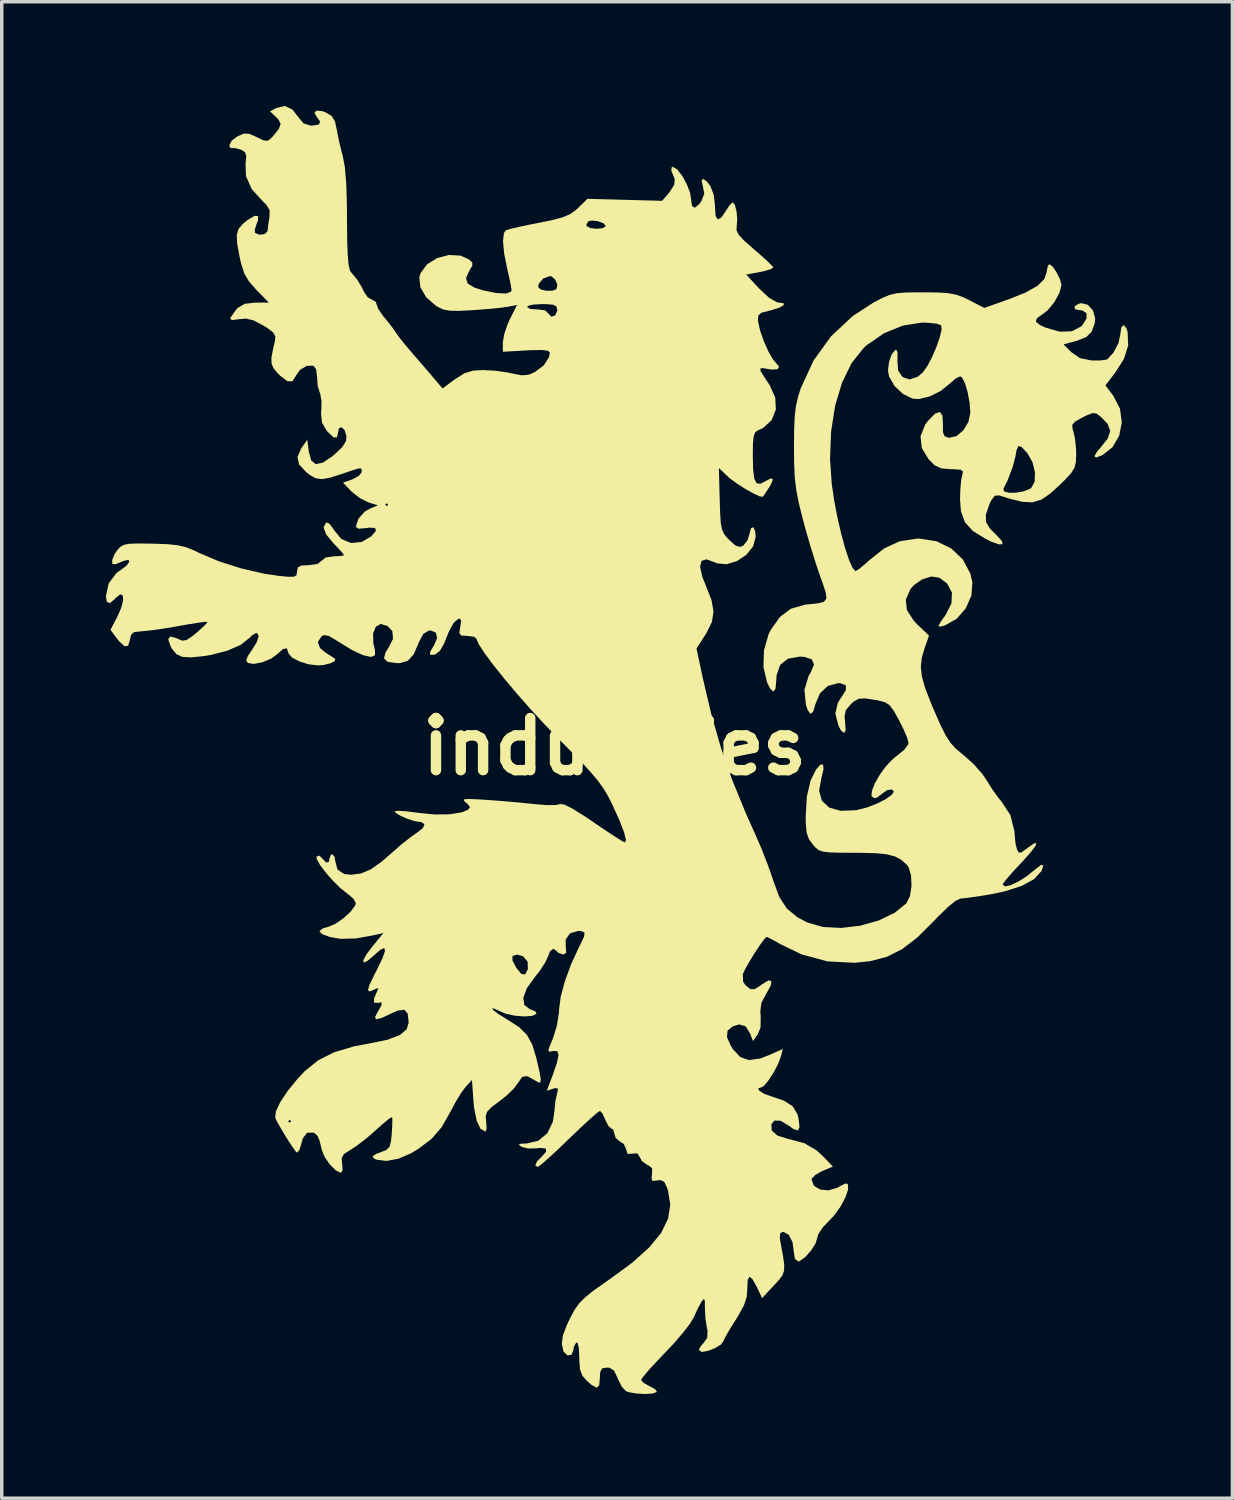
<source format=kicad_pcb>
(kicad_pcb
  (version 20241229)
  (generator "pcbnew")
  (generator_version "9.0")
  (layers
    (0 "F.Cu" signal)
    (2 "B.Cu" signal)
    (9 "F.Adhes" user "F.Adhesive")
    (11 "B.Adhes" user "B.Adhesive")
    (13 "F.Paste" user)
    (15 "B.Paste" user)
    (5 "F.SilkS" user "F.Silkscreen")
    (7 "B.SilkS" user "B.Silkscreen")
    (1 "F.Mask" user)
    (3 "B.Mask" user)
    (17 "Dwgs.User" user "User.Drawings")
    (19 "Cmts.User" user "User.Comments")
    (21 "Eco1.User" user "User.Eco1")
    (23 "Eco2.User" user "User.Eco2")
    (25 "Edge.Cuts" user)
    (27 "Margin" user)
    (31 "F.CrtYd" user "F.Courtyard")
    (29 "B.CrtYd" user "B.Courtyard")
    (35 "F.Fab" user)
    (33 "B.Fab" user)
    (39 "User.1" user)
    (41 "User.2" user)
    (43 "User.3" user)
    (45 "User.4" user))
  (footprint "industries"
    (layer "F.Cu")
    (at 14.647 18.449)
    (property "Reference" "industries" (at 0 0 0) (layer "F.SilkS") (effects (font (size 1.5 1.5) (thickness 0.3))))
    (attr board_only exclude_from_pos_files exclude_from_bom)
    (fp_poly (pts (xy -9.276 -18.344) (xy -9.115 -18.137) (xy -8.955 -17.945) (xy -8.75 -17.883) (xy -8.716 -17.882) (xy -8.517 -17.91) (xy -8.477 -17.996) (xy -8.561 -18.112) (xy -8.642 -18.245) (xy -8.587 -18.313) (xy -8.422 -18.3) (xy -8.327 -18.266) (xy -8.148 -18.161) (xy -8.052 -18.004) (xy -8.003 -17.784) (xy -7.941 -17.467) (xy -7.856 -17.112) (xy -7.825 -16.996) (xy -7.767 -16.69) (xy -7.728 -16.239) (xy -7.708 -15.635) (xy -7.705 -15.185) (xy -7.7 -14.598) (xy -7.685 -14.167) (xy -7.659 -13.876) (xy -7.621 -13.711) (xy -7.599 -13.674) (xy -7.406 -13.44) (xy -7.277 -13.226) (xy -7.219 -13.104) (xy -7.107 -12.937) (xy -6.987 -12.87) (xy -6.873 -12.804) (xy -6.858 -12.745) (xy -6.806 -12.608) (xy -6.675 -12.412) (xy -6.617 -12.342) (xy -6.448 -12.135) (xy -6.322 -11.961) (xy -6.3 -11.925) (xy -6.207 -11.794) (xy -6.038 -11.581) (xy -5.828 -11.334) (xy -5.825 -11.33) (xy -5.583 -11.051) (xy -5.348 -10.778) (xy -5.19 -10.593) (xy -4.953 -10.313) (xy -4.595 -10.578) (xy -4.325 -10.75) (xy -4.07 -10.827) (xy -3.789 -10.843) (xy -3.434 -10.823) (xy -3.071 -10.771) (xy -2.95 -10.745) (xy -2.678 -10.692) (xy -2.481 -10.706) (xy -2.299 -10.782) (xy -2.037 -10.978) (xy -1.886 -11.217) (xy -1.863 -11.346) (xy -1.917 -11.398) (xy -2.095 -11.42) (xy -2.414 -11.415) (xy -2.54 -11.408) (xy -3.217 -11.369) (xy -3.217 -11.638) (xy -3.179 -11.872) (xy -3.08 -12.164) (xy -3.013 -12.312) (xy -2.838 -12.658) (xy -2.519 -12.658) (xy -2.43 -12.604) (xy -2.242 -12.59) (xy -2.23 -12.59) (xy -1.999 -12.563) (xy -1.913 -12.477) (xy -1.821 -12.381) (xy -1.714 -12.413) (xy -1.652 -12.55) (xy -1.651 -12.58) (xy -1.674 -12.676) (xy -1.771 -12.725) (xy -1.982 -12.742) (xy -2.096 -12.742) (xy -2.348 -12.728) (xy -2.496 -12.69) (xy -2.519 -12.658) (xy -2.838 -12.658) (xy -2.808 -12.717) (xy -3.076 -12.665) (xy -3.283 -12.636) (xy -3.602 -12.604) (xy -3.974 -12.575) (xy -4.106 -12.566) (xy -4.486 -12.547) (xy -4.744 -12.552) (xy -4.926 -12.585) (xy -5.077 -12.653) (xy -5.139 -12.691) (xy -5.424 -12.937) (xy -5.591 -13.225) (xy -5.622 -13.515) (xy -5.591 -13.627) (xy -5.401 -13.886) (xy -5.109 -14.068) (xy -4.768 -14.157) (xy -4.431 -14.138) (xy -4.196 -14.031) (xy -4.097 -13.942) (xy -4.097 -13.848) (xy -4.19 -13.691) (xy -4.277 -13.489) (xy -4.229 -13.336) (xy -4.033 -13.216) (xy -3.77 -13.134) (xy -3.394 -13.059) (xy -3.125 -13.047) (xy -2.983 -13.098) (xy -2.966 -13.146) (xy -2.98 -13.235) (xy -2.201 -13.235) (xy -2.13 -13.165) (xy -1.967 -13.126) (xy -1.788 -13.127) (xy -1.674 -13.172) (xy -1.646 -13.299) (xy -1.71 -13.451) (xy -1.824 -13.545) (xy -1.856 -13.549) (xy -2.051 -13.483) (xy -2.182 -13.327) (xy -2.201 -13.235) (xy -2.98 -13.235) (xy -2.987 -13.281) (xy -3.037 -13.523) (xy -3.092 -13.762) (xy -3.18 -14.204) (xy -3.212 -14.553) (xy -3.187 -14.785) (xy -3.135 -14.865) (xy -3.022 -14.901) (xy -2.781 -14.959) (xy -2.487 -15.022) (xy -0.812 -15.022) (xy -0.801 -14.988) (xy -0.695 -14.931) (xy -0.519 -14.911) (xy -0.349 -14.927) (xy -0.257 -14.979) (xy -0.254 -14.992) (xy -0.326 -15.073) (xy -0.489 -15.132) (xy -0.668 -15.148) (xy -0.759 -15.123) (xy -0.812 -15.022) (xy -2.487 -15.022) (xy -2.451 -15.029) (xy -2.187 -15.081) (xy -1.774 -15.166) (xy -1.486 -15.244) (xy -1.284 -15.331) (xy -1.126 -15.442) (xy -1.051 -15.51) (xy -0.78 -15.774) (xy 0.295 -15.745) (xy 1.369 -15.716) (xy 1.579 -15.96) (xy 1.718 -16.178) (xy 1.733 -16.342) (xy 1.658 -16.526) (xy 1.634 -16.586) (xy 1.646 -16.682) (xy 1.681 -16.693) (xy 1.803 -16.62) (xy 1.946 -16.438) (xy 2.079 -16.197) (xy 2.174 -15.95) (xy 2.201 -15.781) (xy 2.23 -15.568) (xy 2.313 -15.516) (xy 2.442 -15.626) (xy 2.498 -15.704) (xy 2.584 -15.92) (xy 2.544 -16.129) (xy 2.506 -16.303) (xy 2.555 -16.348) (xy 2.666 -16.264) (xy 2.76 -16.139) (xy 2.855 -15.893) (xy 2.893 -15.577) (xy 2.892 -15.544) (xy 2.91 -15.28) (xy 2.973 -15.178) (xy 3.079 -15.239) (xy 3.2 -15.418) (xy 3.312 -15.589) (xy 3.395 -15.671) (xy 3.401 -15.673) (xy 3.464 -15.599) (xy 3.511 -15.419) (xy 3.533 -15.196) (xy 3.519 -14.995) (xy 3.517 -14.983) (xy 3.513 -14.865) (xy 3.575 -14.739) (xy 3.726 -14.575) (xy 3.989 -14.343) (xy 4.02 -14.316) (xy 4.271 -14.099) (xy 4.462 -13.921) (xy 4.563 -13.812) (xy 4.572 -13.795) (xy 4.497 -13.747) (xy 4.306 -13.691) (xy 4.182 -13.665) (xy 3.792 -13.592) (xy 4.167 -13.188) (xy 4.452 -12.921) (xy 4.679 -12.794) (xy 4.743 -12.785) (xy 4.874 -12.763) (xy 4.866 -12.708) (xy 4.738 -12.636) (xy 4.513 -12.566) (xy 4.444 -12.55) (xy 4.229 -12.493) (xy 4.139 -12.415) (xy 4.131 -12.27) (xy 4.135 -12.229) (xy 4.193 -11.974) (xy 4.3 -11.669) (xy 4.431 -11.375) (xy 4.56 -11.152) (xy 4.624 -11.078) (xy 4.737 -10.943) (xy 4.698 -10.865) (xy 4.517 -10.857) (xy 4.437 -10.87) (xy 4.273 -10.898) (xy 4.196 -10.888) (xy 4.208 -10.811) (xy 4.311 -10.642) (xy 4.463 -10.416) (xy 4.626 -10.056) (xy 4.645 -9.707) (xy 4.525 -9.403) (xy 4.277 -9.174) (xy 4.127 -9.105) (xy 4.051 -9.052) (xy 4.006 -8.934) (xy 3.985 -8.717) (xy 3.981 -8.391) (xy 3.99 -7.977) (xy 4.024 -7.714) (xy 4.09 -7.584) (xy 4.197 -7.568) (xy 4.35 -7.646) (xy 4.511 -7.728) (xy 4.559 -7.688) (xy 4.494 -7.53) (xy 4.317 -7.259) (xy 4.27 -7.194) (xy 4.183 -7.204) (xy 4.001 -7.288) (xy 3.769 -7.418) (xy 3.529 -7.571) (xy 3.326 -7.72) (xy 3.259 -7.779) (xy 3.004 -8.022) (xy 3.028 -7.112) (xy 3.041 -6.706) (xy 3.06 -6.432) (xy 3.094 -6.249) (xy 3.154 -6.121) (xy 3.247 -6.007) (xy 3.305 -5.947) (xy 3.484 -5.79) (xy 3.611 -5.749) (xy 3.705 -5.786) (xy 3.827 -5.937) (xy 3.879 -6.104) (xy 3.929 -6.287) (xy 3.995 -6.317) (xy 4.049 -6.205) (xy 4.064 -6.039) (xy 3.989 -5.764) (xy 3.794 -5.522) (xy 3.524 -5.341) (xy 3.226 -5.251) (xy 2.945 -5.278) (xy 2.889 -5.304) (xy 2.646 -5.392) (xy 2.503 -5.348) (xy 2.463 -5.178) (xy 2.527 -4.889) (xy 2.627 -4.64) (xy 2.791 -4.222) (xy 2.849 -3.889) (xy 2.804 -3.592) (xy 2.653 -3.283) (xy 2.625 -3.238) (xy 2.36 -2.822) (xy 2.541 -1.974) (xy 2.784 -0.938) (xy 3.058 0.016) (xy 3.383 0.949) (xy 3.78 1.919) (xy 4.053 2.529) (xy 4.233 2.944) (xy 4.407 3.388) (xy 4.546 3.782) (xy 4.576 3.877) (xy 4.746 4.334) (xy 4.963 4.665) (xy 5.264 4.914) (xy 5.546 5.064) (xy 5.997 5.194) (xy 6.523 5.222) (xy 7.076 5.157) (xy 7.608 5.007) (xy 8.072 4.782) (xy 8.403 4.513) (xy 8.506 4.304) (xy 8.551 4.015) (xy 8.538 3.714) (xy 8.467 3.472) (xy 8.418 3.404) (xy 8.254 3.26) (xy 8.074 3.163) (xy 7.842 3.102) (xy 7.524 3.07) (xy 7.083 3.059) (xy 6.915 3.058) (xy 6.489 3.057) (xy 6.198 3.048) (xy 6.007 3.026) (xy 5.883 2.983) (xy 5.791 2.912) (xy 5.708 2.82) (xy 5.593 2.658) (xy 5.53 2.473) (xy 5.506 2.208) (xy 5.503 2.012) (xy 5.538 1.434) (xy 5.645 0.98) (xy 5.8 0.666) (xy 5.927 0.518) (xy 6.004 0.518) (xy 6.018 0.648) (xy 5.959 0.892) (xy 5.954 0.909) (xy 5.891 1.275) (xy 5.97 1.561) (xy 6.181 1.756) (xy 6.512 1.849) (xy 6.953 1.832) (xy 6.968 1.829) (xy 7.257 1.757) (xy 7.553 1.644) (xy 7.812 1.512) (xy 7.989 1.383) (xy 8.042 1.295) (xy 7.985 1.234) (xy 7.855 1.253) (xy 7.72 1.342) (xy 7.705 1.359) (xy 7.557 1.467) (xy 7.477 1.487) (xy 7.398 1.427) (xy 7.411 1.272) (xy 7.498 1.053) (xy 7.641 0.804) (xy 7.822 0.558) (xy 8.023 0.348) (xy 8.143 0.255) (xy 8.338 0.095) (xy 8.452 -0.057) (xy 8.464 -0.107) (xy 8.425 -0.255) (xy 8.323 -0.496) (xy 8.189 -0.765) (xy 8.038 -1.036) (xy 7.917 -1.195) (xy 7.779 -1.281) (xy 7.576 -1.332) (xy 7.469 -1.35) (xy 7.198 -1.388) (xy 7.028 -1.376) (xy 6.894 -1.301) (xy 6.806 -1.223) (xy 6.661 -1.052) (xy 6.622 -0.869) (xy 6.64 -0.701) (xy 6.654 -0.472) (xy 6.609 -0.39) (xy 6.521 -0.464) (xy 6.448 -0.599) (xy 6.358 -0.948) (xy 6.428 -1.259) (xy 6.519 -1.402) (xy 6.661 -1.626) (xy 6.661 -1.763) (xy 6.517 -1.822) (xy 6.435 -1.826) (xy 6.145 -1.748) (xy 5.916 -1.536) (xy 5.786 -1.227) (xy 5.718 -1.001) (xy 5.641 -0.943) (xy 5.56 -1.055) (xy 5.51 -1.203) (xy 5.467 -1.634) (xy 5.589 -2.035) (xy 5.653 -2.144) (xy 5.742 -2.365) (xy 5.679 -2.513) (xy 5.466 -2.584) (xy 5.337 -2.591) (xy 4.993 -2.531) (xy 4.769 -2.352) (xy 4.665 -2.053) (xy 4.657 -1.911) (xy 4.635 -1.666) (xy 4.574 -1.584) (xy 4.481 -1.669) (xy 4.392 -1.848) (xy 4.287 -2.29) (xy 4.303 -2.776) (xy 4.435 -3.236) (xy 4.491 -3.35) (xy 4.759 -3.731) (xy 5.072 -3.967) (xy 5.466 -4.083) (xy 5.557 -4.094) (xy 5.853 -4.124) (xy 6.03 -4.169) (xy 6.101 -4.261) (xy 6.083 -4.432) (xy 5.989 -4.715) (xy 5.921 -4.902) (xy 5.789 -5.293) (xy 5.639 -5.776) (xy 5.494 -6.277) (xy 5.416 -6.568) (xy 5.305 -7.015) (xy 5.233 -7.387) (xy 5.19 -7.745) (xy 5.171 -8.153) (xy 5.166 -8.649) (xy 5.172 -9.147) (xy 5.189 -9.519) (xy 5.224 -9.812) (xy 5.282 -10.068) (xy 5.363 -10.321) (xy 5.73 -11.116) (xy 6.231 -11.812) (xy 6.857 -12.397) (xy 7.454 -12.785) (xy 7.709 -12.919) (xy 7.914 -13.005) (xy 8.12 -13.054) (xy 8.378 -13.076) (xy 8.738 -13.081) (xy 8.89 -13.081) (xy 9.309 -13.076) (xy 9.607 -13.057) (xy 9.833 -13.015) (xy 10.036 -12.942) (xy 10.213 -12.856) (xy 10.648 -12.632) (xy 11.356 -12.884) (xy 11.847 -13.08) (xy 12.182 -13.27) (xy 12.377 -13.465) (xy 12.446 -13.673) (xy 12.446 -13.692) (xy 12.476 -13.844) (xy 12.528 -13.889) (xy 12.618 -13.82) (xy 12.729 -13.656) (xy 12.825 -13.461) (xy 12.869 -13.299) (xy 12.869 -13.29) (xy 12.811 -13.064) (xy 12.665 -12.799) (xy 12.476 -12.568) (xy 12.351 -12.468) (xy 12.164 -12.337) (xy 12.13 -12.236) (xy 12.253 -12.138) (xy 12.414 -12.064) (xy 12.824 -11.948) (xy 13.174 -11.961) (xy 13.439 -12.101) (xy 13.461 -12.124) (xy 13.591 -12.325) (xy 13.59 -12.482) (xy 13.463 -12.562) (xy 13.394 -12.566) (xy 13.256 -12.597) (xy 13.248 -12.675) (xy 13.359 -12.749) (xy 13.439 -12.769) (xy 13.629 -12.722) (xy 13.775 -12.559) (xy 13.841 -12.332) (xy 13.829 -12.196) (xy 13.739 -11.948) (xy 13.583 -11.793) (xy 13.313 -11.686) (xy 13.27 -11.675) (xy 12.929 -11.582) (xy 13.149 -11.361) (xy 13.404 -11.186) (xy 13.737 -11.119) (xy 13.983 -11.118) (xy 14.158 -11.142) (xy 14.191 -11.155) (xy 14.371 -11.35) (xy 14.511 -11.623) (xy 14.563 -11.864) (xy 14.592 -12.072) (xy 14.659 -12.139) (xy 14.737 -12.056) (xy 14.774 -11.936) (xy 14.791 -11.55) (xy 14.665 -11.158) (xy 14.426 -10.782) (xy 14.136 -10.4) (xy 14.37 -10.091) (xy 14.555 -9.727) (xy 14.606 -9.333) (xy 14.531 -8.95) (xy 14.338 -8.62) (xy 14.049 -8.393) (xy 13.868 -8.324) (xy 13.816 -8.36) (xy 13.895 -8.495) (xy 13.988 -8.602) (xy 14.203 -8.873) (xy 14.273 -9.092) (xy 14.198 -9.295) (xy 13.999 -9.499) (xy 13.878 -9.589) (xy 13.769 -9.606) (xy 13.61 -9.546) (xy 13.472 -9.477) (xy 13.264 -9.36) (xy 13.18 -9.265) (xy 13.189 -9.145) (xy 13.21 -9.084) (xy 13.259 -8.869) (xy 13.289 -8.575) (xy 13.293 -8.431) (xy 13.285 -8.2) (xy 13.245 -8.031) (xy 13.147 -7.873) (xy 12.963 -7.675) (xy 12.832 -7.547) (xy 12.536 -7.277) (xy 12.287 -7.109) (xy 12.039 -7.035) (xy 11.75 -7.047) (xy 11.376 -7.138) (xy 11.07 -7.234) (xy 10.949 -7.224) (xy 10.842 -7.083) (xy 10.795 -6.979) (xy 10.693 -6.683) (xy 10.695 -6.47) (xy 10.813 -6.274) (xy 10.981 -6.107) (xy 11.149 -5.926) (xy 11.176 -5.83) (xy 11.071 -5.822) (xy 10.842 -5.905) (xy 10.686 -5.981) (xy 10.316 -6.21) (xy 10.087 -6.463) (xy 9.974 -6.78) (xy 9.948 -7.121) (xy 9.958 -7.419) (xy 11.197 -7.419) (xy 11.22 -7.345) (xy 11.358 -7.31) (xy 11.56 -7.312) (xy 11.777 -7.35) (xy 11.958 -7.42) (xy 12.001 -7.45) (xy 12.097 -7.629) (xy 12.107 -7.892) (xy 12.038 -8.18) (xy 11.896 -8.436) (xy 11.885 -8.45) (xy 11.723 -8.626) (xy 11.63 -8.657) (xy 11.575 -8.533) (xy 11.543 -8.354) (xy 11.46 -8.036) (xy 11.315 -7.661) (xy 11.197 -7.419) (xy 9.958 -7.419) (xy 9.958 -7.43) (xy 9.984 -7.69) (xy 10.011 -7.815) (xy 10.032 -7.919) (xy 9.971 -7.97) (xy 9.791 -7.986) (xy 9.684 -7.988) (xy 9.412 -8.01) (xy 9.221 -8.099) (xy 9.05 -8.265) (xy 8.847 -8.596) (xy 8.811 -8.936) (xy 8.944 -9.272) (xy 9.025 -9.38) (xy 9.229 -9.586) (xy 9.368 -9.636) (xy 9.443 -9.529) (xy 9.456 -9.281) (xy 9.458 -9.05) (xy 9.504 -8.937) (xy 9.618 -8.895) (xy 9.63 -8.893) (xy 9.845 -8.939) (xy 10.045 -9.108) (xy 10.191 -9.353) (xy 10.245 -9.617) (xy 10.223 -9.906) (xy 10.168 -10.202) (xy 10.092 -10.457) (xy 10.008 -10.623) (xy 9.953 -10.661) (xy 9.828 -10.604) (xy 9.668 -10.466) (xy 9.662 -10.46) (xy 9.392 -10.241) (xy 9.071 -10.082) (xy 8.76 -10.008) (xy 8.588 -10.018) (xy 8.303 -10.155) (xy 8.06 -10.386) (xy 7.905 -10.658) (xy 7.874 -10.83) (xy 7.904 -11.08) (xy 7.98 -11.294) (xy 8.078 -11.416) (xy 8.114 -11.426) (xy 8.148 -11.352) (xy 8.148 -11.17) (xy 8.144 -11.127) (xy 8.167 -10.828) (xy 8.296 -10.638) (xy 8.495 -10.573) (xy 8.73 -10.65) (xy 8.875 -10.773) (xy 9.007 -10.958) (xy 9.145 -11.22) (xy 9.271 -11.514) (xy 9.368 -11.794) (xy 9.418 -12.016) (xy 9.404 -12.133) (xy 9.281 -12.177) (xy 9.048 -12.204) (xy 8.855 -12.209) (xy 8.307 -12.126) (xy 7.759 -11.902) (xy 7.259 -11.557) (xy 7.171 -11.477) (xy 6.827 -11.045) (xy 6.552 -10.483) (xy 6.352 -9.816) (xy 6.235 -9.071) (xy 6.205 -8.275) (xy 6.255 -7.56) (xy 6.325 -7.086) (xy 6.417 -6.602) (xy 6.524 -6.138) (xy 6.637 -5.722) (xy 6.748 -5.384) (xy 6.85 -5.152) (xy 6.934 -5.056) (xy 6.942 -5.055) (xy 7.034 -5.108) (xy 7.201 -5.246) (xy 7.321 -5.355) (xy 7.764 -5.707) (xy 8.209 -5.912) (xy 8.697 -5.987) (xy 8.781 -5.989) (xy 9.269 -5.914) (xy 9.694 -5.707) (xy 10.029 -5.389) (xy 10.245 -4.984) (xy 10.304 -4.732) (xy 10.276 -4.349) (xy 10.114 -3.982) (xy 9.85 -3.679) (xy 9.515 -3.49) (xy 9.504 -3.487) (xy 9.367 -3.452) (xy 9.328 -3.478) (xy 9.389 -3.591) (xy 9.525 -3.78) (xy 9.7 -4.119) (xy 9.717 -4.43) (xy 9.577 -4.695) (xy 9.354 -4.863) (xy 9.128 -4.898) (xy 8.863 -4.818) (xy 8.618 -4.648) (xy 8.52 -4.535) (xy 8.387 -4.233) (xy 8.418 -3.933) (xy 8.614 -3.626) (xy 8.719 -3.517) (xy 9.056 -3.196) (xy 8.93 -2.84) (xy 8.848 -2.558) (xy 8.819 -2.297) (xy 8.85 -2.017) (xy 8.946 -1.68) (xy 9.113 -1.248) (xy 9.209 -1.023) (xy 9.39 -0.612) (xy 9.536 -0.322) (xy 9.671 -0.112) (xy 9.82 0.053) (xy 10.009 0.214) (xy 10.057 0.251) (xy 10.335 0.499) (xy 10.587 0.783) (xy 10.72 0.977) (xy 10.889 1.25) (xy 11.068 1.494) (xy 11.134 1.572) (xy 11.398 1.971) (xy 11.516 2.443) (xy 11.521 2.533) (xy 11.544 2.776) (xy 11.587 2.957) (xy 11.638 3.052) (xy 11.714 3.047) (xy 11.866 2.939) (xy 11.882 2.926) (xy 12.07 2.793) (xy 12.149 2.774) (xy 12.122 2.856) (xy 11.996 3.029) (xy 11.774 3.281) (xy 11.691 3.369) (xy 11.46 3.617) (xy 11.283 3.82) (xy 11.186 3.948) (xy 11.176 3.971) (xy 11.237 4.027) (xy 11.396 3.995) (xy 11.619 3.892) (xy 11.871 3.733) (xy 12.115 3.536) (xy 12.129 3.524) (xy 12.285 3.405) (xy 12.347 3.418) (xy 12.303 3.559) (xy 12.286 3.593) (xy 12.078 3.819) (xy 11.717 4.015) (xy 11.22 4.173) (xy 10.863 4.248) (xy 10.512 4.306) (xy 10.208 4.35) (xy 10.004 4.373) (xy 9.966 4.375) (xy 9.825 4.439) (xy 9.599 4.621) (xy 9.309 4.903) (xy 9.184 5.035) (xy 8.714 5.501) (xy 8.28 5.834) (xy 7.844 6.053) (xy 7.366 6.179) (xy 6.91 6.226) (xy 6.134 6.186) (xy 5.384 5.983) (xy 4.769 5.685) (xy 4.555 5.565) (xy 4.41 5.491) (xy 4.378 5.479) (xy 4.31 5.546) (xy 4.186 5.716) (xy 4.035 5.946) (xy 3.883 6.192) (xy 3.759 6.41) (xy 3.692 6.556) (xy 3.703 6.775) (xy 3.771 6.872) (xy 3.908 6.983) (xy 4.033 6.986) (xy 4.207 6.877) (xy 4.258 6.837) (xy 4.435 6.731) (xy 4.516 6.753) (xy 4.496 6.887) (xy 4.367 7.118) (xy 4.366 7.119) (xy 4.228 7.38) (xy 4.197 7.637) (xy 4.208 7.758) (xy 4.204 8.095) (xy 4.12 8.289) (xy 3.986 8.481) (xy 3.903 8.263) (xy 3.772 8.053) (xy 3.585 8.001) (xy 3.408 8.054) (xy 3.254 8.18) (xy 3.237 8.367) (xy 3.357 8.633) (xy 3.411 8.716) (xy 3.619 8.94) (xy 3.869 9.027) (xy 4.189 8.983) (xy 4.451 8.883) (xy 4.844 8.709) (xy 4.789 8.928) (xy 4.711 9.137) (xy 4.584 9.379) (xy 4.439 9.604) (xy 4.308 9.764) (xy 4.232 9.812) (xy 4.135 9.84) (xy 4.167 9.91) (xy 4.301 9.995) (xy 4.508 10.07) (xy 4.889 10.2) (xy 5.131 10.361) (xy 5.264 10.579) (xy 5.298 10.707) (xy 5.326 10.955) (xy 5.281 11.054) (xy 5.152 11.013) (xy 5.031 10.926) (xy 4.78 10.774) (xy 4.603 10.769) (xy 4.518 10.875) (xy 4.525 11.055) (xy 4.686 11.199) (xy 4.985 11.295) (xy 5.021 11.302) (xy 5.465 11.42) (xy 5.822 11.631) (xy 6.043 11.837) (xy 6.286 12.094) (xy 5.98 12.223) (xy 5.784 12.332) (xy 5.678 12.442) (xy 5.673 12.466) (xy 5.743 12.649) (xy 5.923 12.756) (xy 6.164 12.778) (xy 6.418 12.703) (xy 6.495 12.657) (xy 6.642 12.583) (xy 6.717 12.593) (xy 6.727 12.748) (xy 6.647 12.984) (xy 6.503 13.253) (xy 6.317 13.509) (xy 6.185 13.646) (xy 5.992 13.85) (xy 5.867 14.04) (xy 5.842 14.128) (xy 5.788 14.307) (xy 5.654 14.518) (xy 5.486 14.706) (xy 5.329 14.815) (xy 5.284 14.824) (xy 5.191 14.747) (xy 5.165 14.563) (xy 5.124 14.268) (xy 5.016 14.058) (xy 4.863 13.974) (xy 4.856 13.974) (xy 4.769 14.011) (xy 4.758 14.149) (xy 4.774 14.25) (xy 4.846 14.642) (xy 4.885 14.908) (xy 4.883 15.088) (xy 4.835 15.225) (xy 4.735 15.358) (xy 4.59 15.515) (xy 4.249 15.882) (xy 4.098 15.565) (xy 3.97 15.333) (xy 3.882 15.265) (xy 3.834 15.363) (xy 3.823 15.612) (xy 3.805 15.851) (xy 3.726 16.09) (xy 3.565 16.385) (xy 3.482 16.517) (xy 3.314 16.785) (xy 3.191 17) (xy 3.134 17.12) (xy 3.133 17.128) (xy 3.061 17.221) (xy 2.892 17.322) (xy 2.69 17.402) (xy 2.523 17.43) (xy 2.488 17.423) (xy 2.425 17.366) (xy 2.484 17.262) (xy 2.547 17.195) (xy 2.67 17.023) (xy 2.677 16.824) (xy 2.661 16.748) (xy 2.617 16.473) (xy 2.601 16.171) (xy 2.601 16.154) (xy 2.6 15.955) (xy 2.573 15.904) (xy 2.509 15.977) (xy 2.505 15.984) (xy 2.402 16.17) (xy 2.292 16.412) (xy 2.284 16.433) (xy 2.178 16.61) (xy 1.98 16.869) (xy 1.72 17.172) (xy 1.465 17.444) (xy 1.19 17.731) (xy 0.966 17.977) (xy 0.816 18.156) (xy 0.762 18.239) (xy 0.832 18.321) (xy 1.002 18.416) (xy 1.017 18.423) (xy 1.174 18.51) (xy 1.219 18.582) (xy 1.215 18.588) (xy 1.085 18.631) (xy 0.859 18.643) (xy 0.604 18.627) (xy 0.391 18.586) (xy 0.324 18.558) (xy 0.203 18.425) (xy 0.095 18.209) (xy 0.084 18.179) (xy -0.013 17.97) (xy -0.145 17.888) (xy -0.218 17.882) (xy -0.357 17.905) (xy -0.414 18.009) (xy -0.423 18.179) (xy -0.442 18.394) (xy -0.512 18.462) (xy -0.653 18.389) (xy -0.792 18.268) (xy -0.926 18.117) (xy -0.993 17.944) (xy -1.015 17.684) (xy -1.016 17.584) (xy -1.029 17.307) (xy -1.067 17.168) (xy -1.101 17.16) (xy -1.172 17.28) (xy -1.185 17.377) (xy -1.239 17.512) (xy -1.355 17.532) (xy -1.463 17.43) (xy -1.473 17.408) (xy -1.519 17.197) (xy -1.489 16.961) (xy -1.375 16.655) (xy -1.271 16.441) (xy -1.151 16.218) (xy -1.023 16.037) (xy -0.855 15.866) (xy -0.619 15.675) (xy -0.281 15.435) (xy -0.128 15.33) (xy 0.517 14.856) (xy 1.006 14.415) (xy 1.345 13.998) (xy 1.542 13.593) (xy 1.604 13.19) (xy 1.537 12.777) (xy 1.516 12.713) (xy 1.43 12.532) (xy 1.319 12.481) (xy 1.23 12.495) (xy 1.094 12.509) (xy 1.064 12.426) (xy 1.08 12.319) (xy 1.081 12.141) (xy 0.975 12.057) (xy 0.95 12.05) (xy 0.789 11.939) (xy 0.733 11.835) (xy 0.656 11.713) (xy 0.514 11.721) (xy 0.377 11.732) (xy 0.339 11.62) (xy 0.339 11.607) (xy 0.267 11.444) (xy 0.169 11.383) (xy 0.032 11.271) (xy -0.000001 11.165) (xy -0.038 11.03) (xy -0.089 11.001) (xy -0.176 10.929) (xy -0.263 10.756) (xy -0.267 10.746) (xy -0.346 10.57) (xy -0.418 10.492) (xy -0.421 10.491) (xy -0.502 10.547) (xy -0.68 10.701) (xy -0.93 10.931) (xy -1.229 11.215) (xy -1.315 11.298) (xy -1.622 11.593) (xy -1.889 11.84) (xy -2.091 12.016) (xy -2.203 12.101) (xy -2.214 12.105) (xy -2.284 12.059) (xy -2.229 11.941) (xy -2.117 11.828) (xy -1.971 11.668) (xy -1.98 11.575) (xy -2.141 11.556) (xy -2.234 11.568) (xy -2.479 11.575) (xy -2.674 11.526) (xy -2.679 11.523) (xy -2.758 11.463) (xy -2.706 11.436) (xy -2.525 11.428) (xy -2.193 11.349) (xy -1.936 11.133) (xy -1.776 10.803) (xy -1.731 10.491) (xy -1.706 10.223) (xy -1.657 9.995) (xy -1.657 9.994) (xy -1.627 9.853) (xy -1.695 9.831) (xy -1.772 9.852) (xy -1.951 9.909) (xy -1.78 9.457) (xy -1.658 9.102) (xy -1.613 8.88) (xy -1.648 8.773) (xy -1.76 8.763) (xy -1.779 8.768) (xy -1.876 8.787) (xy -1.906 8.754) (xy -1.871 8.633) (xy -1.774 8.402) (xy -1.663 8.046) (xy -1.601 7.666) (xy -1.597 7.563) (xy -1.552 7.21) (xy -1.432 6.762) (xy -1.252 6.269) (xy -1.027 5.778) (xy -0.983 5.692) (xy -0.876 5.468) (xy -0.866 5.354) (xy -0.959 5.313) (xy -1.048 5.309) (xy -1.283 5.377) (xy -1.408 5.557) (xy -1.405 5.775) (xy -1.392 5.941) (xy -1.475 5.989) (xy -1.62 5.938) (xy -1.651 5.904) (xy -1.758 5.821) (xy -1.859 5.895) (xy -1.914 6.039) (xy -2 6.224) (xy -2.161 6.468) (xy -2.297 6.639) (xy -2.525 6.958) (xy -2.627 7.23) (xy -2.601 7.437) (xy -2.444 7.559) (xy -2.414 7.568) (xy -2.273 7.632) (xy -2.249 7.697) (xy -2.37 7.754) (xy -2.595 7.771) (xy -2.866 7.75) (xy -3.123 7.695) (xy -3.251 7.643) (xy -3.453 7.549) (xy -3.528 7.537) (xy -3.486 7.594) (xy -3.338 7.705) (xy -3.096 7.855) (xy -3.092 7.857) (xy -2.751 8.077) (xy -2.524 8.3) (xy -2.37 8.581) (xy -2.252 8.973) (xy -2.24 9.021) (xy -2.16 9.371) (xy -2.125 9.58) (xy -2.139 9.672) (xy -2.203 9.668) (xy -2.305 9.604) (xy -2.518 9.489) (xy -2.663 9.513) (xy -2.777 9.681) (xy -2.778 9.683) (xy -2.897 9.844) (xy -3.108 10.048) (xy -3.308 10.207) (xy -3.546 10.386) (xy -3.67 10.516) (xy -3.711 10.641) (xy -3.697 10.803) (xy -3.684 10.992) (xy -3.713 11.084) (xy -3.72 11.086) (xy -3.861 11.005) (xy -3.971 10.771) (xy -4.045 10.403) (xy -4.064 10.204) (xy -4.106 9.602) (xy -4.289 9.799) (xy -4.421 9.979) (xy -4.586 10.25) (xy -4.729 10.521) (xy -4.979 10.959) (xy -5.267 11.294) (xy -5.645 11.581) (xy -5.857 11.709) (xy -6.221 11.867) (xy -6.571 11.932) (xy -6.858 11.895) (xy -6.932 11.859) (xy -6.967 11.795) (xy -6.856 11.725) (xy -6.749 11.687) (xy -6.573 11.616) (xy -6.479 11.522) (xy -6.435 11.349) (xy -6.416 11.146) (xy -6.401 10.89) (xy -6.4 10.714) (xy -6.407 10.669) (xy -6.477 10.705) (xy -6.636 10.832) (xy -6.852 11.024) (xy -6.882 11.052) (xy -7.152 11.286) (xy -7.419 11.492) (xy -7.613 11.619) (xy -7.797 11.737) (xy -7.86 11.86) (xy -7.844 12.022) (xy -7.832 12.206) (xy -7.88 12.275) (xy -8.024 12.207) (xy -8.195 12.039) (xy -8.345 11.824) (xy -8.428 11.624) (xy -8.492 11.359) (xy -8.55 11.214) (xy -8.625 11.141) (xy -8.682 11.115) (xy -8.856 11.12) (xy -8.977 11.281) (xy -9.016 11.422) (xy -9.075 11.618) (xy -9.142 11.691) (xy -9.172 11.674) (xy -9.301 11.49) (xy -9.46 11.243) (xy -9.613 10.987) (xy -9.724 10.789) (xy -9.398 10.789) (xy -9.356 10.831) (xy -9.313 10.789) (xy -9.356 10.746) (xy -9.398 10.789) (xy -9.724 10.789) (xy -9.73 10.778) (xy -9.772 10.685) (xy -9.753 10.505) (xy -9.628 10.239) (xy -9.416 9.92) (xy -9.135 9.575) (xy -8.921 9.346) (xy -8.541 9.038) (xy -8.079 8.804) (xy -7.504 8.632) (xy -7.036 8.544) (xy -6.531 8.44) (xy -6.184 8.307) (xy -5.986 8.139) (xy -5.928 7.946) (xy -5.957 7.689) (xy -6.053 7.578) (xy -6.239 7.6) (xy -6.42 7.68) (xy -6.708 7.815) (xy -6.865 7.851) (xy -6.898 7.79) (xy -6.825 7.648) (xy -6.711 7.448) (xy -6.708 7.363) (xy -6.816 7.379) (xy -6.924 7.376) (xy -6.926 7.254) (xy -6.852 7.081) (xy -6.8 6.963) (xy -6.857 6.965) (xy -6.936 7.005) (xy -7.058 7.053) (xy -7.1 7.014) (xy -7.06 6.869) (xy -6.934 6.604) (xy -6.858 6.456) (xy -6.713 6.157) (xy -2.942 6.157) (xy -2.827 6.374) (xy -2.684 6.547) (xy -2.578 6.56) (xy -2.497 6.412) (xy -2.496 6.41) (xy -2.503 6.194) (xy -2.636 6.036) (xy -2.804 5.989) (xy -2.938 6.029) (xy -2.942 6.157) (xy -6.713 6.157) (xy -6.687 6.104) (xy -6.611 5.885) (xy -6.631 5.801) (xy -6.746 5.853) (xy -6.899 5.988) (xy -7.11 6.169) (xy -7.224 6.221) (xy -7.236 6.154) (xy -7.143 5.982) (xy -6.981 5.766) (xy -6.656 5.368) (xy -6.905 5.426) (xy -7.448 5.525) (xy -7.888 5.536) (xy -8.195 5.484) (xy -8.43 5.398) (xy -8.498 5.313) (xy -8.398 5.234) (xy -8.232 5.186) (xy -8.028 5.098) (xy -7.802 4.939) (xy -7.6 4.753) (xy -7.472 4.58) (xy -7.451 4.506) (xy -7.516 4.386) (xy -7.675 4.247) (xy -7.693 4.235) (xy -7.893 4.077) (xy -8.111 3.862) (xy -8.318 3.626) (xy -8.484 3.405) (xy -8.577 3.235) (xy -8.582 3.166) (xy -8.497 3.141) (xy -8.423 3.215) (xy -8.298 3.341) (xy -8.225 3.316) (xy -8.213 3.228) (xy -8.167 3.115) (xy -8.128 3.101) (xy -8.062 3.173) (xy -8.043 3.296) (xy -7.98 3.538) (xy -7.789 3.668) (xy -7.582 3.691) (xy -7.298 3.653) (xy -7.018 3.534) (xy -6.704 3.312) (xy -6.421 3.065) (xy -6.151 2.828) (xy -5.886 2.617) (xy -5.694 2.483) (xy -5.516 2.343) (xy -5.475 2.231) (xy -5.575 2.17) (xy -5.638 2.166) (xy -5.794 2.138) (xy -5.994 2.068) (xy -6.184 1.981) (xy -6.309 1.902) (xy -6.327 1.86) (xy -6.226 1.849) (xy -6.003 1.863) (xy -5.705 1.901) (xy -5.665 1.907) (xy -5.18 1.955) (xy -4.741 1.949) (xy -4.392 1.891) (xy -4.227 1.822) (xy -4.161 1.749) (xy -4.229 1.655) (xy -4.276 1.616) (xy -4.342 1.555) (xy -4.332 1.52) (xy -4.22 1.509) (xy -3.983 1.516) (xy -3.683 1.535) (xy -3.236 1.568) (xy -2.757 1.61) (xy -2.339 1.652) (xy -2.288 1.658) (xy -1.95 1.685) (xy -1.695 1.684) (xy -1.564 1.655) (xy -1.563 1.654) (xy -1.452 1.667) (xy -1.22 1.782) (xy -0.879 1.993) (xy -0.618 2.17) (xy -0.285 2.397) (xy -0.002 2.583) (xy 0.201 2.711) (xy 0.296 2.761) (xy 0.297 2.761) (xy 0.329 2.689) (xy 0.277 2.477) (xy 0.144 2.131) (xy -0.06 1.68) (xy -0.18 1.439) (xy -0.309 1.221) (xy -0.465 1.001) (xy -0.67 0.755) (xy -0.942 0.459) (xy -1.304 0.087) (xy -1.618 -0.23) (xy -2.021 -0.646) (xy -2.427 -1.087) (xy -2.819 -1.532) (xy -3.18 -1.962) (xy -3.494 -2.354) (xy -3.743 -2.689) (xy -3.91 -2.946) (xy -3.979 -3.103) (xy -3.979 -3.114) (xy -4.053 -3.164) (xy -4.231 -3.186) (xy -4.24 -3.186) (xy -4.417 -3.199) (xy -4.47 -3.273) (xy -4.443 -3.451) (xy -4.419 -3.632) (xy -4.463 -3.685) (xy -4.5 -3.677) (xy -4.629 -3.568) (xy -4.771 -3.313) (xy -4.912 -2.96) (xy -5.025 -2.763) (xy -5.164 -2.652) (xy -5.172 -2.649) (xy -5.305 -2.639) (xy -5.316 -2.719) (xy -5.207 -2.904) (xy -5.199 -2.916) (xy -5.11 -3.125) (xy -5.145 -3.281) (xy -5.29 -3.344) (xy -5.347 -3.34) (xy -5.507 -3.246) (xy -5.636 -3.004) (xy -5.646 -2.973) (xy -5.787 -2.651) (xy -5.953 -2.471) (xy -6.176 -2.404) (xy -6.272 -2.403) (xy -6.533 -2.44) (xy -6.639 -2.54) (xy -6.595 -2.712) (xy -6.52 -2.827) (xy -6.38 -3.101) (xy -6.399 -3.326) (xy -6.541 -3.473) (xy -6.734 -3.531) (xy -6.876 -3.45) (xy -6.952 -3.258) (xy -6.947 -2.98) (xy -6.899 -2.782) (xy -6.898 -2.63) (xy -7.015 -2.581) (xy -7.238 -2.631) (xy -7.552 -2.776) (xy -7.943 -3.014) (xy -8.011 -3.059) (xy -8.23 -3.188) (xy -8.371 -3.21) (xy -8.437 -3.175) (xy -8.544 -3.011) (xy -8.483 -2.84) (xy -8.319 -2.704) (xy -8.146 -2.594) (xy -8.048 -2.528) (xy -8.046 -2.527) (xy -8.052 -2.466) (xy -8.176 -2.401) (xy -8.368 -2.352) (xy -8.533 -2.337) (xy -8.811 -2.37) (xy -9.081 -2.454) (xy -9.292 -2.568) (xy -9.395 -2.691) (xy -9.398 -2.714) (xy -9.439 -2.832) (xy -9.553 -2.805) (xy -9.694 -2.676) (xy -9.886 -2.535) (xy -10.14 -2.429) (xy -10.389 -2.381) (xy -10.555 -2.407) (xy -10.608 -2.478) (xy -10.561 -2.607) (xy -10.457 -2.76) (xy -10.303 -3.007) (xy -10.246 -3.185) (xy -10.294 -3.268) (xy -10.319 -3.271) (xy -10.428 -3.212) (xy -10.504 -3.137) (xy -10.757 -2.935) (xy -11.142 -2.764) (xy -11.62 -2.639) (xy -11.818 -2.607) (xy -12.195 -2.568) (xy -12.449 -2.583) (xy -12.619 -2.663) (xy -12.746 -2.819) (xy -12.781 -2.882) (xy -12.853 -3.082) (xy -12.802 -3.168) (xy -12.636 -3.132) (xy -12.58 -3.104) (xy -12.446 -3.05) (xy -12.324 -3.069) (xy -12.161 -3.178) (xy -12.036 -3.28) (xy -11.851 -3.445) (xy -11.739 -3.56) (xy -11.723 -3.593) (xy -11.812 -3.59) (xy -12.029 -3.56) (xy -12.338 -3.51) (xy -12.542 -3.473) (xy -12.927 -3.407) (xy -13.283 -3.355) (xy -13.554 -3.325) (xy -13.631 -3.32) (xy -13.835 -3.297) (xy -13.926 -3.214) (xy -13.955 -3.074) (xy -14.007 -2.904) (xy -14.109 -2.889) (xy -14.266 -3.032) (xy -14.344 -3.131) (xy -14.516 -3.363) (xy -14.328 -3.72) (xy -14.205 -3.998) (xy -14.15 -4.217) (xy -14.161 -4.354) (xy -14.233 -4.384) (xy -14.363 -4.282) (xy -14.393 -4.247) (xy -14.534 -4.13) (xy -14.623 -4.173) (xy -14.647 -4.328) (xy -14.569 -4.7) (xy -14.345 -4.996) (xy -14.217 -5.088) (xy -14.053 -5.211) (xy -13.975 -5.319) (xy -13.995 -5.376) (xy -14.118 -5.353) (xy -14.303 -5.278) (xy -14.372 -5.25) (xy -14.462 -5.26) (xy -14.468 -5.372) (xy -14.397 -5.543) (xy -14.316 -5.661) (xy -14.231 -5.752) (xy -14.131 -5.81) (xy -13.978 -5.84) (xy -13.735 -5.849) (xy -13.365 -5.845) (xy -13.304 -5.844) (xy -12.89 -5.83) (xy -12.59 -5.8) (xy -12.351 -5.745) (xy -12.119 -5.653) (xy -11.964 -5.578) (xy -11.408 -5.341) (xy -10.761 -5.134) (xy -10.102 -4.98) (xy -9.67 -4.916) (xy -9.383 -4.889) (xy -9.225 -4.894) (xy -9.158 -4.937) (xy -9.144 -5.03) (xy -9.144 -5.042) (xy -9.118 -5.162) (xy -9.011 -5.214) (xy -8.814 -5.224) (xy -8.552 -5.259) (xy -8.436 -5.352) (xy -8.314 -5.448) (xy -8.088 -5.479) (xy -7.891 -5.488) (xy -7.792 -5.509) (xy -7.789 -5.513) (xy -7.844 -5.588) (xy -7.983 -5.739) (xy -8.086 -5.845) (xy -8.304 -6.108) (xy -8.38 -6.313) (xy -8.308 -6.449) (xy -8.301 -6.454) (xy -8.213 -6.421) (xy -8.103 -6.276) (xy -8.085 -6.243) (xy -7.87 -5.981) (xy -7.59 -5.862) (xy -7.282 -5.891) (xy -7.006 -6.055) (xy -6.873 -6.209) (xy -6.894 -6.294) (xy -7.065 -6.306) (xy -7.154 -6.292) (xy -7.375 -6.274) (xy -7.451 -6.33) (xy -7.451 -6.33) (xy -7.377 -6.562) (xy -7.191 -6.769) (xy -7.043 -6.855) (xy -6.816 -6.948) (xy -6.874 -6.966) (xy -6.604 -6.966) (xy -6.562 -6.923) (xy -6.519 -6.966) (xy -6.562 -7.008) (xy -6.604 -6.966) (xy -6.874 -6.966) (xy -7.085 -7.031) (xy -7.328 -7.151) (xy -7.564 -7.335) (xy -7.587 -7.358) (xy -7.819 -7.601) (xy -7.55 -7.695) (xy -7.368 -7.791) (xy -7.282 -7.899) (xy -7.281 -7.909) (xy -7.283 -7.982) (xy -7.31 -8.014) (xy -7.399 -8.002) (xy -7.584 -7.943) (xy -7.832 -7.858) (xy -8.183 -7.746) (xy -8.427 -7.701) (xy -8.61 -7.728) (xy -8.782 -7.826) (xy -8.884 -7.908) (xy -9.085 -8.127) (xy -9.131 -8.337) (xy -9.028 -8.578) (xy -8.996 -8.625) (xy -8.848 -8.835) (xy -8.805 -8.495) (xy -8.736 -8.24) (xy -8.604 -8.134) (xy -8.402 -8.175) (xy -8.122 -8.363) (xy -8.058 -8.417) (xy -7.835 -8.632) (xy -7.733 -8.802) (xy -7.721 -8.945) (xy -7.776 -9.117) (xy -7.862 -9.197) (xy -7.936 -9.166) (xy -7.959 -9.054) (xy -7.994 -8.904) (xy -8.096 -8.907) (xy -8.26 -9.062) (xy -8.299 -9.111) (xy -8.426 -9.333) (xy -8.453 -9.591) (xy -8.444 -9.694) (xy -8.439 -9.955) (xy -8.476 -10.164) (xy -8.491 -10.199) (xy -8.549 -10.391) (xy -8.567 -10.638) (xy -8.567 -10.638) (xy -8.593 -10.864) (xy -8.674 -10.969) (xy -8.864 -10.963) (xy -9.058 -10.849) (xy -9.184 -10.668) (xy -9.186 -10.661) (xy -9.278 -10.517) (xy -9.422 -10.523) (xy -9.628 -10.679) (xy -9.689 -10.74) (xy -9.813 -10.884) (xy -9.876 -11.018) (xy -9.882 -11.19) (xy -9.835 -11.447) (xy -9.779 -11.681) (xy -9.768 -11.817) (xy -9.834 -11.93) (xy -10.008 -12.06) (xy -10.12 -12.129) (xy -10.395 -12.273) (xy -10.612 -12.325) (xy -10.815 -12.308) (xy -11.008 -12.283) (xy -11.069 -12.312) (xy -11.048 -12.37) (xy -10.862 -12.626) (xy -10.644 -12.752) (xy -10.341 -12.785) (xy -9.955 -12.785) (xy -10.316 -13.154) (xy -10.527 -13.393) (xy -10.662 -13.623) (xy -10.756 -13.916) (xy -10.799 -14.108) (xy -10.867 -14.479) (xy -10.88 -14.732) (xy -10.827 -14.91) (xy -10.699 -15.058) (xy -10.576 -15.156) (xy -10.368 -15.283) (xy -10.264 -15.28) (xy -10.268 -15.151) (xy -10.31 -15.045) (xy -10.362 -14.876) (xy -10.352 -14.79) (xy -10.22 -14.738) (xy -10.071 -14.761) (xy -9.992 -14.844) (xy -9.991 -14.856) (xy -9.975 -15.02) (xy -9.939 -15.23) (xy -9.93 -15.439) (xy -10.027 -15.604) (xy -10.114 -15.686) (xy -10.447 -16.052) (xy -10.614 -16.426) (xy -10.626 -16.775) (xy -10.605 -17.002) (xy -10.643 -17.121) (xy -10.76 -17.19) (xy -10.77 -17.194) (xy -10.943 -17.237) (xy -11.028 -17.23) (xy -11.083 -17.263) (xy -11.091 -17.323) (xy -11.023 -17.449) (xy -10.857 -17.575) (xy -10.848 -17.579) (xy -10.672 -17.653) (xy -10.521 -17.646) (xy -10.313 -17.555) (xy -10.302 -17.55) (xy -10.104 -17.456) (xy -9.989 -17.444) (xy -9.89 -17.518) (xy -9.838 -17.575) (xy -9.668 -17.786) (xy -9.617 -17.931) (xy -9.678 -18.058) (xy -9.743 -18.124) (xy -9.922 -18.292) (xy -9.742 -18.389) (xy -9.495 -18.449)) (stroke (width 0) (type solid)) (fill yes) (layer "F.SilkS")))
  (gr_rect
    (start -3 -3)
    (end 32.439 40.092)
    (stroke (width 0.1) (type default))
    (fill no)
    (layer "Edge.Cuts")))
</source>
